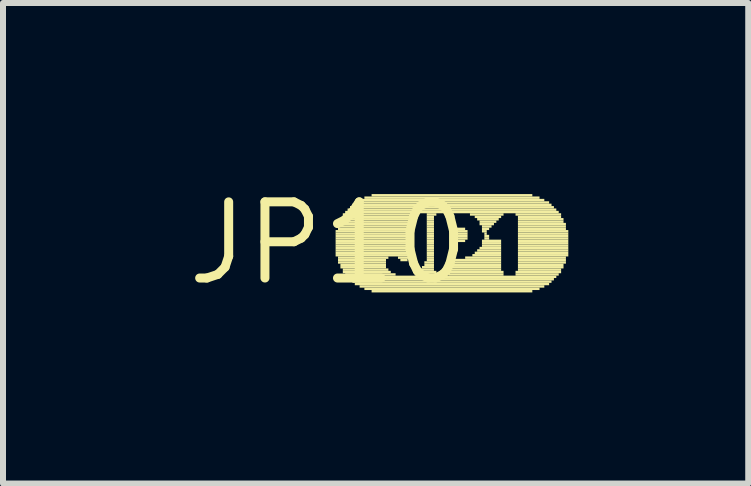
<source format=kicad_pcb>
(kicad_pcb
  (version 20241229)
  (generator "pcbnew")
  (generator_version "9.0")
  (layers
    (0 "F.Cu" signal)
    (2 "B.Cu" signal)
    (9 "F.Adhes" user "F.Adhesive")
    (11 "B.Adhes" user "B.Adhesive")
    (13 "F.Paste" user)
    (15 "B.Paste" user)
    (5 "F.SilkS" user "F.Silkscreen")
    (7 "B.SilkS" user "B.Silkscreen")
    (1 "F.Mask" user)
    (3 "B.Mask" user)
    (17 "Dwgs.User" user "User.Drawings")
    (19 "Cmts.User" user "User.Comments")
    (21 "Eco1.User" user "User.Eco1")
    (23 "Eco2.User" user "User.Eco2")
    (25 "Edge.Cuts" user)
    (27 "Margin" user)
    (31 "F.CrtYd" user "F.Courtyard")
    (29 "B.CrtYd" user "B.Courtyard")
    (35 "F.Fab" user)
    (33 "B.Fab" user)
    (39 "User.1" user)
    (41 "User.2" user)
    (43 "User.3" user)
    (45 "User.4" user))
  (footprint "JP10"
    (layer "F.Cu")
    (at 2.426 1.006)
    (property "Reference" "JP10" (at 0 0 0) (layer "F.SilkS") (effects (font (size 1.27 1.27) (thickness 0.15))))
    (fp_poly (pts (xy 0.12 -0.18) (xy 1.4 -0.18) (xy 1.4 -0.22) (xy 0.12 -0.22)) (stroke (width 0) (type solid)) (fill yes) (layer "F.SilkS"))
    (fp_poly (pts (xy 0.12 -0.14) (xy 1.4 -0.14) (xy 1.4 -0.18) (xy 0.12 -0.18)) (stroke (width 0) (type solid)) (fill yes) (layer "F.SilkS"))
    (fp_poly (pts (xy 0.12 -0.1) (xy 1.4 -0.1) (xy 1.4 -0.14) (xy 0.12 -0.14)) (stroke (width 0) (type solid)) (fill yes) (layer "F.SilkS"))
    (fp_poly (pts (xy 0.12 -0.06) (xy 1.4 -0.06) (xy 1.4 -0.1) (xy 0.12 -0.1)) (stroke (width 0) (type solid)) (fill yes) (layer "F.SilkS"))
    (fp_poly (pts (xy 0.12 -0.02) (xy 1.4 -0.02) (xy 1.4 -0.06) (xy 0.12 -0.06)) (stroke (width 0) (type solid)) (fill yes) (layer "F.SilkS"))
    (fp_poly (pts (xy 0.12 0.02) (xy 1.4 0.02) (xy 1.4 -0.02) (xy 0.12 -0.02)) (stroke (width 0) (type solid)) (fill yes) (layer "F.SilkS"))
    (fp_poly (pts (xy 0.12 0.06) (xy 1.4 0.06) (xy 1.4 0.02) (xy 0.12 0.02)) (stroke (width 0) (type solid)) (fill yes) (layer "F.SilkS"))
    (fp_poly (pts (xy 0.12 0.1) (xy 1.4 0.1) (xy 1.4 0.06) (xy 0.12 0.06)) (stroke (width 0) (type solid)) (fill yes) (layer "F.SilkS"))
    (fp_poly (pts (xy 0.12 0.14) (xy 1.4 0.14) (xy 1.4 0.1) (xy 0.12 0.1)) (stroke (width 0) (type solid)) (fill yes) (layer "F.SilkS"))
    (fp_poly (pts (xy 0.12 0.18) (xy 1.4 0.18) (xy 1.4 0.14) (xy 0.12 0.14)) (stroke (width 0) (type solid)) (fill yes) (layer "F.SilkS"))
    (fp_poly (pts (xy 0.12 0.22) (xy 1.4 0.22) (xy 1.4 0.18) (xy 0.12 0.18)) (stroke (width 0) (type solid)) (fill yes) (layer "F.SilkS"))
    (fp_poly (pts (xy 0.16 -0.3) (xy 1.4 -0.3) (xy 1.4 -0.34) (xy 0.16 -0.34)) (stroke (width 0) (type solid)) (fill yes) (layer "F.SilkS"))
    (fp_poly (pts (xy 0.16 -0.26) (xy 1.4 -0.26) (xy 1.4 -0.3) (xy 0.16 -0.3)) (stroke (width 0) (type solid)) (fill yes) (layer "F.SilkS"))
    (fp_poly (pts (xy 0.16 -0.22) (xy 1.4 -0.22) (xy 1.4 -0.26) (xy 0.16 -0.26)) (stroke (width 0) (type solid)) (fill yes) (layer "F.SilkS"))
    (fp_poly (pts (xy 0.16 0.26) (xy 1 0.26) (xy 1 0.22) (xy 0.16 0.22)) (stroke (width 0) (type solid)) (fill yes) (layer "F.SilkS"))
    (fp_poly (pts (xy 0.16 0.3) (xy 0.96 0.3) (xy 0.96 0.26) (xy 0.16 0.26)) (stroke (width 0) (type solid)) (fill yes) (layer "F.SilkS"))
    (fp_poly (pts (xy 0.16 0.34) (xy 0.96 0.34) (xy 0.96 0.3) (xy 0.16 0.3)) (stroke (width 0) (type solid)) (fill yes) (layer "F.SilkS"))
    (fp_poly (pts (xy 0.2 -0.38) (xy 1.4 -0.38) (xy 1.4 -0.42) (xy 0.2 -0.42)) (stroke (width 0) (type solid)) (fill yes) (layer "F.SilkS"))
    (fp_poly (pts (xy 0.2 -0.34) (xy 1.4 -0.34) (xy 1.4 -0.38) (xy 0.2 -0.38)) (stroke (width 0) (type solid)) (fill yes) (layer "F.SilkS"))
    (fp_poly (pts (xy 0.2 0.38) (xy 0.96 0.38) (xy 0.96 0.34) (xy 0.2 0.34)) (stroke (width 0) (type solid)) (fill yes) (layer "F.SilkS"))
    (fp_poly (pts (xy 0.2 0.42) (xy 0.96 0.42) (xy 0.96 0.38) (xy 0.2 0.38)) (stroke (width 0) (type solid)) (fill yes) (layer "F.SilkS"))
    (fp_poly (pts (xy 0.24 -0.46) (xy 1.44 -0.46) (xy 1.44 -0.5) (xy 0.24 -0.5)) (stroke (width 0) (type solid)) (fill yes) (layer "F.SilkS"))
    (fp_poly (pts (xy 0.24 -0.42) (xy 1.4 -0.42) (xy 1.4 -0.46) (xy 0.24 -0.46)) (stroke (width 0) (type solid)) (fill yes) (layer "F.SilkS"))
    (fp_poly (pts (xy 0.24 0.46) (xy 1 0.46) (xy 1 0.42) (xy 0.24 0.42)) (stroke (width 0) (type solid)) (fill yes) (layer "F.SilkS"))
    (fp_poly (pts (xy 0.24 0.5) (xy 1.04 0.5) (xy 1.04 0.46) (xy 0.24 0.46)) (stroke (width 0) (type solid)) (fill yes) (layer "F.SilkS"))
    (fp_poly (pts (xy 0.28 -0.5) (xy 3.84 -0.5) (xy 3.84 -0.54) (xy 0.28 -0.54)) (stroke (width 0) (type solid)) (fill yes) (layer "F.SilkS"))
    (fp_poly (pts (xy 0.28 0.54) (xy 1.12 0.54) (xy 1.12 0.5) (xy 0.28 0.5)) (stroke (width 0) (type solid)) (fill yes) (layer "F.SilkS"))
    (fp_poly (pts (xy 0.32 -0.54) (xy 3.8 -0.54) (xy 3.8 -0.58) (xy 0.32 -0.58)) (stroke (width 0) (type solid)) (fill yes) (layer "F.SilkS"))
    (fp_poly (pts (xy 0.32 0.58) (xy 3.8 0.58) (xy 3.8 0.54) (xy 0.32 0.54)) (stroke (width 0) (type solid)) (fill yes) (layer "F.SilkS"))
    (fp_poly (pts (xy 0.36 -0.58) (xy 3.76 -0.58) (xy 3.76 -0.62) (xy 0.36 -0.62)) (stroke (width 0) (type solid)) (fill yes) (layer "F.SilkS"))
    (fp_poly (pts (xy 0.36 0.62) (xy 3.76 0.62) (xy 3.76 0.58) (xy 0.36 0.58)) (stroke (width 0) (type solid)) (fill yes) (layer "F.SilkS"))
    (fp_poly (pts (xy 0.4 -0.62) (xy 3.72 -0.62) (xy 3.72 -0.66) (xy 0.4 -0.66)) (stroke (width 0) (type solid)) (fill yes) (layer "F.SilkS"))
    (fp_poly (pts (xy 0.4 0.66) (xy 3.72 0.66) (xy 3.72 0.62) (xy 0.4 0.62)) (stroke (width 0) (type solid)) (fill yes) (layer "F.SilkS"))
    (fp_poly (pts (xy 0.44 -0.66) (xy 3.68 -0.66) (xy 3.68 -0.7) (xy 0.44 -0.7)) (stroke (width 0) (type solid)) (fill yes) (layer "F.SilkS"))
    (fp_poly (pts (xy 0.44 0.7) (xy 3.68 0.7) (xy 3.68 0.66) (xy 0.44 0.66)) (stroke (width 0) (type solid)) (fill yes) (layer "F.SilkS"))
    (fp_poly (pts (xy 0.52 -0.7) (xy 3.6 -0.7) (xy 3.6 -0.74) (xy 0.52 -0.74)) (stroke (width 0) (type solid)) (fill yes) (layer "F.SilkS"))
    (fp_poly (pts (xy 0.52 0.74) (xy 3.6 0.74) (xy 3.6 0.7) (xy 0.52 0.7)) (stroke (width 0) (type solid)) (fill yes) (layer "F.SilkS"))
    (fp_poly (pts (xy 0.6 -0.74) (xy 3.52 -0.74) (xy 3.52 -0.78) (xy 0.6 -0.78)) (stroke (width 0) (type solid)) (fill yes) (layer "F.SilkS"))
    (fp_poly (pts (xy 0.6 0.78) (xy 3.52 0.78) (xy 3.52 0.74) (xy 0.6 0.74)) (stroke (width 0) (type solid)) (fill yes) (layer "F.SilkS"))
    (fp_poly (pts (xy 0.72 -0.78) (xy 3.4 -0.78) (xy 3.4 -0.82) (xy 0.72 -0.82)) (stroke (width 0) (type solid)) (fill yes) (layer "F.SilkS"))
    (fp_poly (pts (xy 0.72 0.82) (xy 3.4 0.82) (xy 3.4 0.78) (xy 0.72 0.78)) (stroke (width 0) (type solid)) (fill yes) (layer "F.SilkS"))
    (fp_poly (pts (xy 1.16 0.26) (xy 1.4 0.26) (xy 1.4 0.22) (xy 1.16 0.22)) (stroke (width 0) (type solid)) (fill yes) (layer "F.SilkS"))
    (fp_poly (pts (xy 1.2 0.3) (xy 1.32 0.3) (xy 1.32 0.26) (xy 1.2 0.26)) (stroke (width 0) (type solid)) (fill yes) (layer "F.SilkS"))
    (fp_poly (pts (xy 1.44 0.54) (xy 1.8 0.54) (xy 1.8 0.5) (xy 1.44 0.5)) (stroke (width 0) (type solid)) (fill yes) (layer "F.SilkS"))
    (fp_poly (pts (xy 1.48 0.5) (xy 1.8 0.5) (xy 1.8 0.46) (xy 1.48 0.46)) (stroke (width 0) (type solid)) (fill yes) (layer "F.SilkS"))
    (fp_poly (pts (xy 1.52 0.46) (xy 1.76 0.46) (xy 1.76 0.42) (xy 1.52 0.42)) (stroke (width 0) (type solid)) (fill yes) (layer "F.SilkS"))
    (fp_poly (pts (xy 1.56 0.42) (xy 1.76 0.42) (xy 1.76 0.38) (xy 1.56 0.38)) (stroke (width 0) (type solid)) (fill yes) (layer "F.SilkS"))
    (fp_poly (pts (xy 1.6 0.34) (xy 1.76 0.34) (xy 1.76 0.3) (xy 1.6 0.3)) (stroke (width 0) (type solid)) (fill yes) (layer "F.SilkS"))
    (fp_poly (pts (xy 1.6 0.38) (xy 1.76 0.38) (xy 1.76 0.34) (xy 1.6 0.34)) (stroke (width 0) (type solid)) (fill yes) (layer "F.SilkS"))
    (fp_poly (pts (xy 1.64 -0.46) (xy 1.8 -0.46) (xy 1.8 -0.5) (xy 1.64 -0.5)) (stroke (width 0) (type solid)) (fill yes) (layer "F.SilkS"))
    (fp_poly (pts (xy 1.64 -0.42) (xy 1.76 -0.42) (xy 1.76 -0.46) (xy 1.64 -0.46)) (stroke (width 0) (type solid)) (fill yes) (layer "F.SilkS"))
    (fp_poly (pts (xy 1.64 -0.38) (xy 1.76 -0.38) (xy 1.76 -0.42) (xy 1.64 -0.42)) (stroke (width 0) (type solid)) (fill yes) (layer "F.SilkS"))
    (fp_poly (pts (xy 1.64 -0.34) (xy 1.76 -0.34) (xy 1.76 -0.38) (xy 1.64 -0.38)) (stroke (width 0) (type solid)) (fill yes) (layer "F.SilkS"))
    (fp_poly (pts (xy 1.64 -0.3) (xy 1.76 -0.3) (xy 1.76 -0.34) (xy 1.64 -0.34)) (stroke (width 0) (type solid)) (fill yes) (layer "F.SilkS"))
    (fp_poly (pts (xy 1.64 -0.26) (xy 1.76 -0.26) (xy 1.76 -0.3) (xy 1.64 -0.3)) (stroke (width 0) (type solid)) (fill yes) (layer "F.SilkS"))
    (fp_poly (pts (xy 1.64 -0.22) (xy 1.76 -0.22) (xy 1.76 -0.26) (xy 1.64 -0.26)) (stroke (width 0) (type solid)) (fill yes) (layer "F.SilkS"))
    (fp_poly (pts (xy 1.64 -0.18) (xy 1.76 -0.18) (xy 1.76 -0.22) (xy 1.64 -0.22)) (stroke (width 0) (type solid)) (fill yes) (layer "F.SilkS"))
    (fp_poly (pts (xy 1.64 -0.14) (xy 1.76 -0.14) (xy 1.76 -0.18) (xy 1.64 -0.18)) (stroke (width 0) (type solid)) (fill yes) (layer "F.SilkS"))
    (fp_poly (pts (xy 1.64 -0.1) (xy 1.76 -0.1) (xy 1.76 -0.14) (xy 1.64 -0.14)) (stroke (width 0) (type solid)) (fill yes) (layer "F.SilkS"))
    (fp_poly (pts (xy 1.64 -0.06) (xy 1.76 -0.06) (xy 1.76 -0.1) (xy 1.64 -0.1)) (stroke (width 0) (type solid)) (fill yes) (layer "F.SilkS"))
    (fp_poly (pts (xy 1.64 -0.02) (xy 1.76 -0.02) (xy 1.76 -0.06) (xy 1.64 -0.06)) (stroke (width 0) (type solid)) (fill yes) (layer "F.SilkS"))
    (fp_poly (pts (xy 1.64 0.02) (xy 1.76 0.02) (xy 1.76 -0.02) (xy 1.64 -0.02)) (stroke (width 0) (type solid)) (fill yes) (layer "F.SilkS"))
    (fp_poly (pts (xy 1.64 0.06) (xy 1.76 0.06) (xy 1.76 0.02) (xy 1.64 0.02)) (stroke (width 0) (type solid)) (fill yes) (layer "F.SilkS"))
    (fp_poly (pts (xy 1.64 0.1) (xy 1.76 0.1) (xy 1.76 0.06) (xy 1.64 0.06)) (stroke (width 0) (type solid)) (fill yes) (layer "F.SilkS"))
    (fp_poly (pts (xy 1.64 0.14) (xy 1.76 0.14) (xy 1.76 0.1) (xy 1.64 0.1)) (stroke (width 0) (type solid)) (fill yes) (layer "F.SilkS"))
    (fp_poly (pts (xy 1.64 0.18) (xy 1.76 0.18) (xy 1.76 0.14) (xy 1.64 0.14)) (stroke (width 0) (type solid)) (fill yes) (layer "F.SilkS"))
    (fp_poly (pts (xy 1.64 0.22) (xy 1.76 0.22) (xy 1.76 0.18) (xy 1.64 0.18)) (stroke (width 0) (type solid)) (fill yes) (layer "F.SilkS"))
    (fp_poly (pts (xy 1.64 0.26) (xy 1.76 0.26) (xy 1.76 0.22) (xy 1.64 0.22)) (stroke (width 0) (type solid)) (fill yes) (layer "F.SilkS"))
    (fp_poly (pts (xy 1.64 0.3) (xy 1.76 0.3) (xy 1.76 0.26) (xy 1.64 0.26)) (stroke (width 0) (type solid)) (fill yes) (layer "F.SilkS"))
    (fp_poly (pts (xy 2 0.5) (xy 2.92 0.5) (xy 2.92 0.46) (xy 2 0.46)) (stroke (width 0) (type solid)) (fill yes) (layer "F.SilkS"))
    (fp_poly (pts (xy 2 0.54) (xy 2.92 0.54) (xy 2.92 0.5) (xy 2 0.5)) (stroke (width 0) (type solid)) (fill yes) (layer "F.SilkS"))
    (fp_poly (pts (xy 2.04 -0.22) (xy 2.28 -0.22) (xy 2.28 -0.26) (xy 2.04 -0.26)) (stroke (width 0) (type solid)) (fill yes) (layer "F.SilkS"))
    (fp_poly (pts (xy 2.04 -0.18) (xy 2.32 -0.18) (xy 2.32 -0.22) (xy 2.04 -0.22)) (stroke (width 0) (type solid)) (fill yes) (layer "F.SilkS"))
    (fp_poly (pts (xy 2.04 -0.14) (xy 2.32 -0.14) (xy 2.32 -0.18) (xy 2.04 -0.18)) (stroke (width 0) (type solid)) (fill yes) (layer "F.SilkS"))
    (fp_poly (pts (xy 2.04 -0.1) (xy 2.32 -0.1) (xy 2.32 -0.14) (xy 2.04 -0.14)) (stroke (width 0) (type solid)) (fill yes) (layer "F.SilkS"))
    (fp_poly (pts (xy 2.04 -0.06) (xy 2.32 -0.06) (xy 2.32 -0.1) (xy 2.04 -0.1)) (stroke (width 0) (type solid)) (fill yes) (layer "F.SilkS"))
    (fp_poly (pts (xy 2.04 -0.02) (xy 2.28 -0.02) (xy 2.28 -0.06) (xy 2.04 -0.06)) (stroke (width 0) (type solid)) (fill yes) (layer "F.SilkS"))
    (fp_poly (pts (xy 2.04 0.3) (xy 2.88 0.3) (xy 2.88 0.26) (xy 2.04 0.26)) (stroke (width 0) (type solid)) (fill yes) (layer "F.SilkS"))
    (fp_poly (pts (xy 2.04 0.34) (xy 2.88 0.34) (xy 2.88 0.3) (xy 2.04 0.3)) (stroke (width 0) (type solid)) (fill yes) (layer "F.SilkS"))
    (fp_poly (pts (xy 2.04 0.38) (xy 2.88 0.38) (xy 2.88 0.34) (xy 2.04 0.34)) (stroke (width 0) (type solid)) (fill yes) (layer "F.SilkS"))
    (fp_poly (pts (xy 2.04 0.42) (xy 2.88 0.42) (xy 2.88 0.38) (xy 2.04 0.38)) (stroke (width 0) (type solid)) (fill yes) (layer "F.SilkS"))
    (fp_poly (pts (xy 2.04 0.46) (xy 2.88 0.46) (xy 2.88 0.42) (xy 2.04 0.42)) (stroke (width 0) (type solid)) (fill yes) (layer "F.SilkS"))
    (fp_poly (pts (xy 2.28 0.26) (xy 2.88 0.26) (xy 2.88 0.22) (xy 2.28 0.22)) (stroke (width 0) (type solid)) (fill yes) (layer "F.SilkS"))
    (fp_poly (pts (xy 2.36 -0.46) (xy 2.92 -0.46) (xy 2.92 -0.5) (xy 2.36 -0.5)) (stroke (width 0) (type solid)) (fill yes) (layer "F.SilkS"))
    (fp_poly (pts (xy 2.4 0.22) (xy 2.88 0.22) (xy 2.88 0.18) (xy 2.4 0.18)) (stroke (width 0) (type solid)) (fill yes) (layer "F.SilkS"))
    (fp_poly (pts (xy 2.44 -0.42) (xy 2.88 -0.42) (xy 2.88 -0.46) (xy 2.44 -0.46)) (stroke (width 0) (type solid)) (fill yes) (layer "F.SilkS"))
    (fp_poly (pts (xy 2.44 0.18) (xy 2.88 0.18) (xy 2.88 0.14) (xy 2.44 0.14)) (stroke (width 0) (type solid)) (fill yes) (layer "F.SilkS"))
    (fp_poly (pts (xy 2.48 -0.38) (xy 2.84 -0.38) (xy 2.84 -0.42) (xy 2.48 -0.42)) (stroke (width 0) (type solid)) (fill yes) (layer "F.SilkS"))
    (fp_poly (pts (xy 2.48 0.14) (xy 2.88 0.14) (xy 2.88 0.1) (xy 2.48 0.1)) (stroke (width 0) (type solid)) (fill yes) (layer "F.SilkS"))
    (fp_poly (pts (xy 2.52 -0.34) (xy 2.8 -0.34) (xy 2.8 -0.38) (xy 2.52 -0.38)) (stroke (width 0) (type solid)) (fill yes) (layer "F.SilkS"))
    (fp_poly (pts (xy 2.52 -0.3) (xy 2.76 -0.3) (xy 2.76 -0.34) (xy 2.52 -0.34)) (stroke (width 0) (type solid)) (fill yes) (layer "F.SilkS"))
    (fp_poly (pts (xy 2.52 0.1) (xy 2.88 0.1) (xy 2.88 0.06) (xy 2.52 0.06)) (stroke (width 0) (type solid)) (fill yes) (layer "F.SilkS"))
    (fp_poly (pts (xy 2.56 -0.26) (xy 2.72 -0.26) (xy 2.72 -0.3) (xy 2.56 -0.3)) (stroke (width 0) (type solid)) (fill yes) (layer "F.SilkS"))
    (fp_poly (pts (xy 2.56 -0.22) (xy 2.68 -0.22) (xy 2.68 -0.26) (xy 2.56 -0.26)) (stroke (width 0) (type solid)) (fill yes) (layer "F.SilkS"))
    (fp_poly (pts (xy 2.56 -0.18) (xy 2.64 -0.18) (xy 2.64 -0.22) (xy 2.56 -0.22)) (stroke (width 0) (type solid)) (fill yes) (layer "F.SilkS"))
    (fp_poly (pts (xy 2.56 -0.02) (xy 2.88 -0.02) (xy 2.88 -0.06) (xy 2.56 -0.06)) (stroke (width 0) (type solid)) (fill yes) (layer "F.SilkS"))
    (fp_poly (pts (xy 2.56 0.02) (xy 2.88 0.02) (xy 2.88 -0.02) (xy 2.56 -0.02)) (stroke (width 0) (type solid)) (fill yes) (layer "F.SilkS"))
    (fp_poly (pts (xy 2.56 0.06) (xy 2.88 0.06) (xy 2.88 0.02) (xy 2.56 0.02)) (stroke (width 0) (type solid)) (fill yes) (layer "F.SilkS"))
    (fp_poly (pts (xy 2.6 -0.14) (xy 2.64 -0.14) (xy 2.64 -0.18) (xy 2.6 -0.18)) (stroke (width 0) (type solid)) (fill yes) (layer "F.SilkS"))
    (fp_poly (pts (xy 2.6 -0.1) (xy 2.68 -0.1) (xy 2.68 -0.14) (xy 2.6 -0.14)) (stroke (width 0) (type solid)) (fill yes) (layer "F.SilkS"))
    (fp_poly (pts (xy 2.6 -0.06) (xy 2.68 -0.06) (xy 2.68 -0.1) (xy 2.6 -0.1)) (stroke (width 0) (type solid)) (fill yes) (layer "F.SilkS"))
    (fp_poly (pts (xy 3.12 -0.46) (xy 3.88 -0.46) (xy 3.88 -0.5) (xy 3.12 -0.5)) (stroke (width 0) (type solid)) (fill yes) (layer "F.SilkS"))
    (fp_poly (pts (xy 3.12 0.5) (xy 3.88 0.5) (xy 3.88 0.46) (xy 3.12 0.46)) (stroke (width 0) (type solid)) (fill yes) (layer "F.SilkS"))
    (fp_poly (pts (xy 3.12 0.54) (xy 3.84 0.54) (xy 3.84 0.5) (xy 3.12 0.5)) (stroke (width 0) (type solid)) (fill yes) (layer "F.SilkS"))
    (fp_poly (pts (xy 3.16 -0.42) (xy 3.88 -0.42) (xy 3.88 -0.46) (xy 3.16 -0.46)) (stroke (width 0) (type solid)) (fill yes) (layer "F.SilkS"))
    (fp_poly (pts (xy 3.16 -0.38) (xy 3.92 -0.38) (xy 3.92 -0.42) (xy 3.16 -0.42)) (stroke (width 0) (type solid)) (fill yes) (layer "F.SilkS"))
    (fp_poly (pts (xy 3.16 -0.34) (xy 3.92 -0.34) (xy 3.92 -0.38) (xy 3.16 -0.38)) (stroke (width 0) (type solid)) (fill yes) (layer "F.SilkS"))
    (fp_poly (pts (xy 3.16 -0.3) (xy 3.96 -0.3) (xy 3.96 -0.34) (xy 3.16 -0.34)) (stroke (width 0) (type solid)) (fill yes) (layer "F.SilkS"))
    (fp_poly (pts (xy 3.16 -0.26) (xy 3.96 -0.26) (xy 3.96 -0.3) (xy 3.16 -0.3)) (stroke (width 0) (type solid)) (fill yes) (layer "F.SilkS"))
    (fp_poly (pts (xy 3.16 -0.22) (xy 3.96 -0.22) (xy 3.96 -0.26) (xy 3.16 -0.26)) (stroke (width 0) (type solid)) (fill yes) (layer "F.SilkS"))
    (fp_poly (pts (xy 3.16 -0.18) (xy 4 -0.18) (xy 4 -0.22) (xy 3.16 -0.22)) (stroke (width 0) (type solid)) (fill yes) (layer "F.SilkS"))
    (fp_poly (pts (xy 3.16 -0.14) (xy 4 -0.14) (xy 4 -0.18) (xy 3.16 -0.18)) (stroke (width 0) (type solid)) (fill yes) (layer "F.SilkS"))
    (fp_poly (pts (xy 3.16 -0.1) (xy 4 -0.1) (xy 4 -0.14) (xy 3.16 -0.14)) (stroke (width 0) (type solid)) (fill yes) (layer "F.SilkS"))
    (fp_poly (pts (xy 3.16 -0.06) (xy 4 -0.06) (xy 4 -0.1) (xy 3.16 -0.1)) (stroke (width 0) (type solid)) (fill yes) (layer "F.SilkS"))
    (fp_poly (pts (xy 3.16 -0.02) (xy 4 -0.02) (xy 4 -0.06) (xy 3.16 -0.06)) (stroke (width 0) (type solid)) (fill yes) (layer "F.SilkS"))
    (fp_poly (pts (xy 3.16 0.02) (xy 4 0.02) (xy 4 -0.02) (xy 3.16 -0.02)) (stroke (width 0) (type solid)) (fill yes) (layer "F.SilkS"))
    (fp_poly (pts (xy 3.16 0.06) (xy 4 0.06) (xy 4 0.02) (xy 3.16 0.02)) (stroke (width 0) (type solid)) (fill yes) (layer "F.SilkS"))
    (fp_poly (pts (xy 3.16 0.1) (xy 4 0.1) (xy 4 0.06) (xy 3.16 0.06)) (stroke (width 0) (type solid)) (fill yes) (layer "F.SilkS"))
    (fp_poly (pts (xy 3.16 0.14) (xy 4 0.14) (xy 4 0.1) (xy 3.16 0.1)) (stroke (width 0) (type solid)) (fill yes) (layer "F.SilkS"))
    (fp_poly (pts (xy 3.16 0.18) (xy 4 0.18) (xy 4 0.14) (xy 3.16 0.14)) (stroke (width 0) (type solid)) (fill yes) (layer "F.SilkS"))
    (fp_poly (pts (xy 3.16 0.22) (xy 4 0.22) (xy 4 0.18) (xy 3.16 0.18)) (stroke (width 0) (type solid)) (fill yes) (layer "F.SilkS"))
    (fp_poly (pts (xy 3.16 0.26) (xy 3.96 0.26) (xy 3.96 0.22) (xy 3.16 0.22)) (stroke (width 0) (type solid)) (fill yes) (layer "F.SilkS"))
    (fp_poly (pts (xy 3.16 0.3) (xy 3.96 0.3) (xy 3.96 0.26) (xy 3.16 0.26)) (stroke (width 0) (type solid)) (fill yes) (layer "F.SilkS"))
    (fp_poly (pts (xy 3.16 0.34) (xy 3.96 0.34) (xy 3.96 0.3) (xy 3.16 0.3)) (stroke (width 0) (type solid)) (fill yes) (layer "F.SilkS"))
    (fp_poly (pts (xy 3.16 0.38) (xy 3.92 0.38) (xy 3.92 0.34) (xy 3.16 0.34)) (stroke (width 0) (type solid)) (fill yes) (layer "F.SilkS"))
    (fp_poly (pts (xy 3.16 0.42) (xy 3.92 0.42) (xy 3.92 0.38) (xy 3.16 0.38)) (stroke (width 0) (type solid)) (fill yes) (layer "F.SilkS"))
    (fp_poly (pts (xy 3.16 0.46) (xy 3.88 0.46) (xy 3.88 0.42) (xy 3.16 0.42)) (stroke (width 0) (type solid)) (fill yes) (layer "F.SilkS")))
  (gr_rect
    (start -3 -3)
    (end 9.426 5.012)
    (stroke (width 0.1) (type default))
    (fill no)
    (layer "Edge.Cuts")))
</source>
